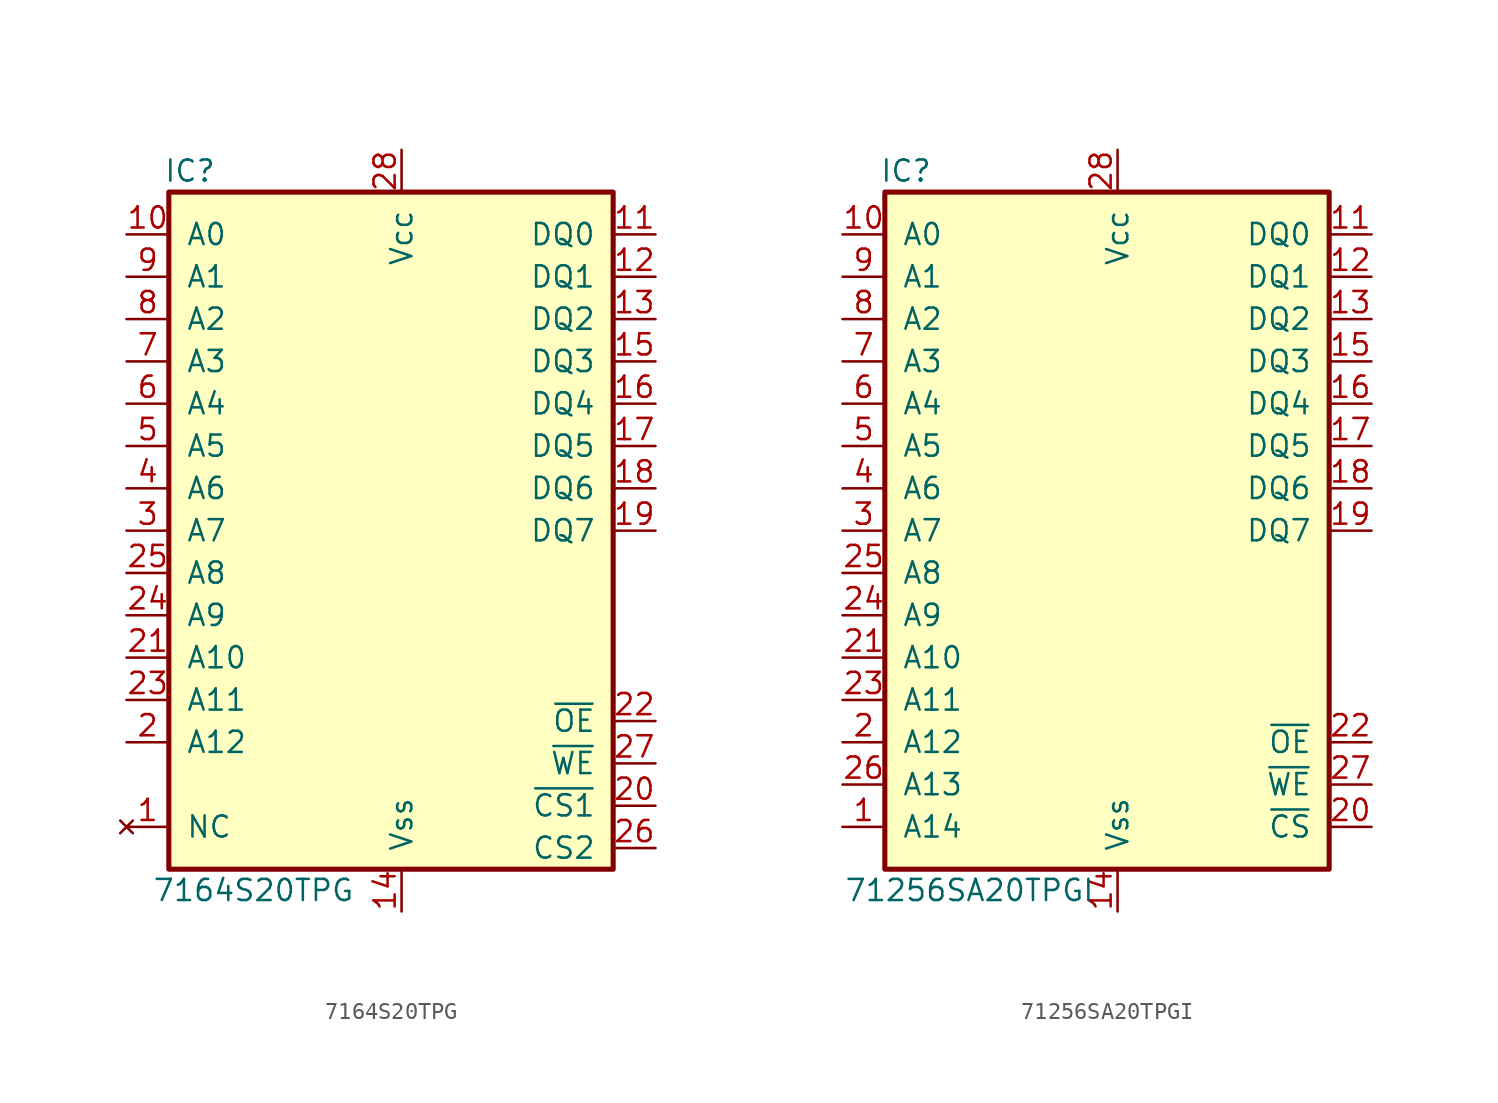
<source format=kicad_sym>
(kicad_symbol_lib
  (version 20231120)
  (generator "kicad_symbol_editor")
  (generator_version "8.0")
  (symbol "7164S20TPG"
    (pin_names
      (offset 1.016))
    (property "Reference" "IC"
      (at -12.7 21.59 0)
      (effects (font (size 1.27 1.27))))
    (property "Value" "7164S20TPG"
      (at -8.89 -21.59 0)
      (effects (font (size 1.27 1.27))))
    (symbol "7164S20TPG_1_0"
      (rectangle (start -13.97 -20.32) (end 12.7 20.32) (stroke (width 0.305) (type solid)) (fill (type background))))
    (symbol "7164S20TPG_1_1"
      (pin no_connect line (at -16.51 -17.78 0) (length 2.54) (name "NC" (effects (font (size 1.27 1.27)))) (number "1" (effects (font (size 1.27 1.27)))))
      (pin input line (at -16.51 17.78 0) (length 2.54) (name "A0" (effects (font (size 1.27 1.27)))) (number "10" (effects (font (size 1.27 1.27)))))
      (pin bidirectional line (at 15.24 17.78 180) (length 2.54) (name "DQ0" (effects (font (size 1.27 1.27)))) (number "11" (effects (font (size 1.27 1.27)))))
      (pin bidirectional line (at 15.24 15.24 180) (length 2.54) (name "DQ1" (effects (font (size 1.27 1.27)))) (number "12" (effects (font (size 1.27 1.27)))))
      (pin bidirectional line (at 15.24 12.7 180) (length 2.54) (name "DQ2" (effects (font (size 1.27 1.27)))) (number "13" (effects (font (size 1.27 1.27)))))
      (pin power_in line (at 0 -22.86 90) (length 2.54) (name "Vss" (effects (font (size 1.27 1.27)))) (number "14" (effects (font (size 1.27 1.27)))))
      (pin bidirectional line (at 15.24 10.16 180) (length 2.54) (name "DQ3" (effects (font (size 1.27 1.27)))) (number "15" (effects (font (size 1.27 1.27)))))
      (pin bidirectional line (at 15.24 7.62 180) (length 2.54) (name "DQ4" (effects (font (size 1.27 1.27)))) (number "16" (effects (font (size 1.27 1.27)))))
      (pin bidirectional line (at 15.24 5.08 180) (length 2.54) (name "DQ5" (effects (font (size 1.27 1.27)))) (number "17" (effects (font (size 1.27 1.27)))))
      (pin bidirectional line (at 15.24 2.54 180) (length 2.54) (name "DQ6" (effects (font (size 1.27 1.27)))) (number "18" (effects (font (size 1.27 1.27)))))
      (pin bidirectional line (at 15.24 0 180) (length 2.54) (name "DQ7" (effects (font (size 1.27 1.27)))) (number "19" (effects (font (size 1.27 1.27)))))
      (pin input line (at -16.51 -12.7 0) (length 2.54) (name "A12" (effects (font (size 1.27 1.27)))) (number "2" (effects (font (size 1.27 1.27)))))
      (pin input line (at 15.24 -16.51 180) (length 2.54) (name "~{CS1}" (effects (font (size 1.27 1.27)))) (number "20" (effects (font (size 1.27 1.27)))))
      (pin input line (at -16.51 -7.62 0) (length 2.54) (name "A10" (effects (font (size 1.27 1.27)))) (number "21" (effects (font (size 1.27 1.27)))))
      (pin input line (at 15.24 -11.43 180) (length 2.54) (name "~{OE}" (effects (font (size 1.27 1.27)))) (number "22" (effects (font (size 1.27 1.27)))))
      (pin input line (at -16.51 -10.16 0) (length 2.54) (name "A11" (effects (font (size 1.27 1.27)))) (number "23" (effects (font (size 1.27 1.27)))))
      (pin input line (at -16.51 -5.08 0) (length 2.54) (name "A9" (effects (font (size 1.27 1.27)))) (number "24" (effects (font (size 1.27 1.27)))))
      (pin input line (at -16.51 -2.54 0) (length 2.54) (name "A8" (effects (font (size 1.27 1.27)))) (number "25" (effects (font (size 1.27 1.27)))))
      (pin input line (at 15.24 -19.05 180) (length 2.54) (name "CS2" (effects (font (size 1.27 1.27)))) (number "26" (effects (font (size 1.27 1.27)))))
      (pin input line (at 15.24 -13.97 180) (length 2.54) (name "~{WE}" (effects (font (size 1.27 1.27)))) (number "27" (effects (font (size 1.27 1.27)))))
      (pin power_in line (at 0 22.86 270) (length 2.54) (name "Vcc" (effects (font (size 1.27 1.27)))) (number "28" (effects (font (size 1.27 1.27)))))
      (pin input line (at -16.51 0 0) (length 2.54) (name "A7" (effects (font (size 1.27 1.27)))) (number "3" (effects (font (size 1.27 1.27)))))
      (pin input line (at -16.51 2.54 0) (length 2.54) (name "A6" (effects (font (size 1.27 1.27)))) (number "4" (effects (font (size 1.27 1.27)))))
      (pin input line (at -16.51 5.08 0) (length 2.54) (name "A5" (effects (font (size 1.27 1.27)))) (number "5" (effects (font (size 1.27 1.27)))))
      (pin input line (at -16.51 7.62 0) (length 2.54) (name "A4" (effects (font (size 1.27 1.27)))) (number "6" (effects (font (size 1.27 1.27)))))
      (pin input line (at -16.51 10.16 0) (length 2.54) (name "A3" (effects (font (size 1.27 1.27)))) (number "7" (effects (font (size 1.27 1.27)))))
      (pin input line (at -16.51 12.7 0) (length 2.54) (name "A2" (effects (font (size 1.27 1.27)))) (number "8" (effects (font (size 1.27 1.27)))))
      (pin input line (at -16.51 15.24 0) (length 2.54) (name "A1" (effects (font (size 1.27 1.27)))) (number "9" (effects (font (size 1.27 1.27)))))))
  (symbol "71256SA20TPGI"
    (pin_names
      (offset 1.016))
    (property "Reference" "IC"
      (at -12.7 21.59 0)
      (effects (font (size 1.27 1.27))))
    (property "Value" "71256SA20TPGI"
      (at -8.89 -21.59 0)
      (effects (font (size 1.27 1.27))))
    (symbol "71256SA20TPGI_1_0"
      (rectangle (start -13.97 -20.32) (end 12.7 20.32) (stroke (width 0.305) (type solid)) (fill (type background))))
    (symbol "71256SA20TPGI_1_1"
      (pin input line (at -16.51 -17.78 0) (length 2.54) (name "A14" (effects (font (size 1.27 1.27)))) (number "1" (effects (font (size 1.27 1.27)))))
      (pin input line (at -16.51 17.78 0) (length 2.54) (name "A0" (effects (font (size 1.27 1.27)))) (number "10" (effects (font (size 1.27 1.27)))))
      (pin bidirectional line (at 15.24 17.78 180) (length 2.54) (name "DQ0" (effects (font (size 1.27 1.27)))) (number "11" (effects (font (size 1.27 1.27)))))
      (pin bidirectional line (at 15.24 15.24 180) (length 2.54) (name "DQ1" (effects (font (size 1.27 1.27)))) (number "12" (effects (font (size 1.27 1.27)))))
      (pin bidirectional line (at 15.24 12.7 180) (length 2.54) (name "DQ2" (effects (font (size 1.27 1.27)))) (number "13" (effects (font (size 1.27 1.27)))))
      (pin power_in line (at 0 -22.86 90) (length 2.54) (name "Vss" (effects (font (size 1.27 1.27)))) (number "14" (effects (font (size 1.27 1.27)))))
      (pin bidirectional line (at 15.24 10.16 180) (length 2.54) (name "DQ3" (effects (font (size 1.27 1.27)))) (number "15" (effects (font (size 1.27 1.27)))))
      (pin bidirectional line (at 15.24 7.62 180) (length 2.54) (name "DQ4" (effects (font (size 1.27 1.27)))) (number "16" (effects (font (size 1.27 1.27)))))
      (pin bidirectional line (at 15.24 5.08 180) (length 2.54) (name "DQ5" (effects (font (size 1.27 1.27)))) (number "17" (effects (font (size 1.27 1.27)))))
      (pin bidirectional line (at 15.24 2.54 180) (length 2.54) (name "DQ6" (effects (font (size 1.27 1.27)))) (number "18" (effects (font (size 1.27 1.27)))))
      (pin bidirectional line (at 15.24 0 180) (length 2.54) (name "DQ7" (effects (font (size 1.27 1.27)))) (number "19" (effects (font (size 1.27 1.27)))))
      (pin input line (at -16.51 -12.7 0) (length 2.54) (name "A12" (effects (font (size 1.27 1.27)))) (number "2" (effects (font (size 1.27 1.27)))))
      (pin input line (at 15.24 -17.78 180) (length 2.54) (name "~{CS}" (effects (font (size 1.27 1.27)))) (number "20" (effects (font (size 1.27 1.27)))))
      (pin input line (at -16.51 -7.62 0) (length 2.54) (name "A10" (effects (font (size 1.27 1.27)))) (number "21" (effects (font (size 1.27 1.27)))))
      (pin input line (at 15.24 -12.7 180) (length 2.54) (name "~{OE}" (effects (font (size 1.27 1.27)))) (number "22" (effects (font (size 1.27 1.27)))))
      (pin input line (at -16.51 -10.16 0) (length 2.54) (name "A11" (effects (font (size 1.27 1.27)))) (number "23" (effects (font (size 1.27 1.27)))))
      (pin input line (at -16.51 -5.08 0) (length 2.54) (name "A9" (effects (font (size 1.27 1.27)))) (number "24" (effects (font (size 1.27 1.27)))))
      (pin input line (at -16.51 -2.54 0) (length 2.54) (name "A8" (effects (font (size 1.27 1.27)))) (number "25" (effects (font (size 1.27 1.27)))))
      (pin input line (at -16.51 -15.24 0) (length 2.54) (name "A13" (effects (font (size 1.27 1.27)))) (number "26" (effects (font (size 1.27 1.27)))))
      (pin input line (at 15.24 -15.24 180) (length 2.54) (name "~{WE}" (effects (font (size 1.27 1.27)))) (number "27" (effects (font (size 1.27 1.27)))))
      (pin power_in line (at 0 22.86 270) (length 2.54) (name "Vcc" (effects (font (size 1.27 1.27)))) (number "28" (effects (font (size 1.27 1.27)))))
      (pin input line (at -16.51 0 0) (length 2.54) (name "A7" (effects (font (size 1.27 1.27)))) (number "3" (effects (font (size 1.27 1.27)))))
      (pin input line (at -16.51 2.54 0) (length 2.54) (name "A6" (effects (font (size 1.27 1.27)))) (number "4" (effects (font (size 1.27 1.27)))))
      (pin input line (at -16.51 5.08 0) (length 2.54) (name "A5" (effects (font (size 1.27 1.27)))) (number "5" (effects (font (size 1.27 1.27)))))
      (pin input line (at -16.51 7.62 0) (length 2.54) (name "A4" (effects (font (size 1.27 1.27)))) (number "6" (effects (font (size 1.27 1.27)))))
      (pin input line (at -16.51 10.16 0) (length 2.54) (name "A3" (effects (font (size 1.27 1.27)))) (number "7" (effects (font (size 1.27 1.27)))))
      (pin input line (at -16.51 12.7 0) (length 2.54) (name "A2" (effects (font (size 1.27 1.27)))) (number "8" (effects (font (size 1.27 1.27)))))
      (pin input line (at -16.51 15.24 0) (length 2.54) (name "A1" (effects (font (size 1.27 1.27)))) (number "9" (effects (font (size 1.27 1.27))))))))
</source>
